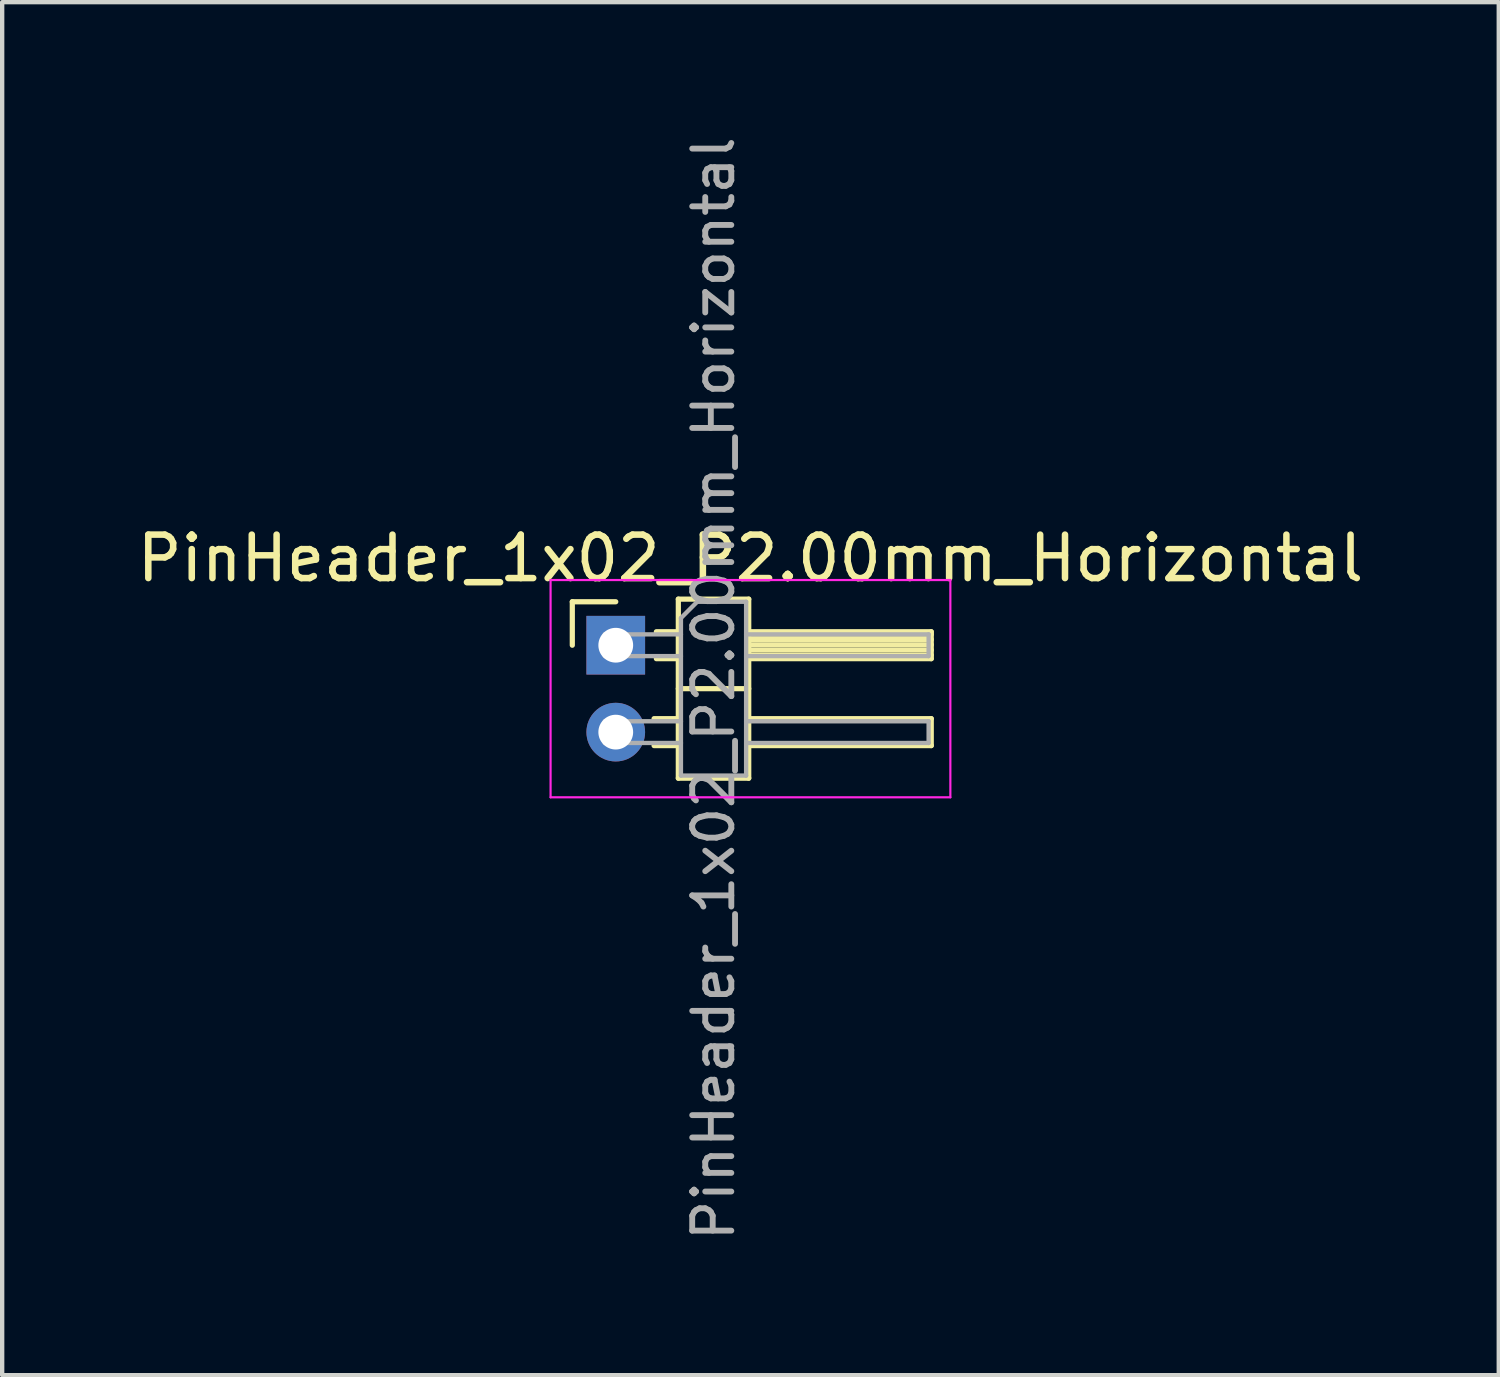
<source format=kicad_pcb>
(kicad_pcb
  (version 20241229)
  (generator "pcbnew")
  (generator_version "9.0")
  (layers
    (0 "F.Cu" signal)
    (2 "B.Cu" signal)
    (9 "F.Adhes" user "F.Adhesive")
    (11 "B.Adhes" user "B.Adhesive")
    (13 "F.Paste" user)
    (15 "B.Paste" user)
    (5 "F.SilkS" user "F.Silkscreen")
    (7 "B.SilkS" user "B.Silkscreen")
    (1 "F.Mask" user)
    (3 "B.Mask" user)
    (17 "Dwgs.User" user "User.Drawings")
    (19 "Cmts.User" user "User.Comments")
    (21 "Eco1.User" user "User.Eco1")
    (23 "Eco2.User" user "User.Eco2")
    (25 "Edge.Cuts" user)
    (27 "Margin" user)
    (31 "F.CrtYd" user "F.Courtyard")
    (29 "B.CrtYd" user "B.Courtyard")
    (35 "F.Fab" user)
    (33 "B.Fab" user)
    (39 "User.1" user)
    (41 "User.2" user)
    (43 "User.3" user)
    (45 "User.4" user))
  (footprint "PinHeader_1x02_P2.00mm_Horizontal"
    (layer "F.Cu")
    (at 11.12 11.798)
    (property "Reference" "PinHeader_1x02_P2.00mm_Horizontal" (at 3.1 -2 0) (layer "F.SilkS") (effects (font (size 1 1) (thickness 0.15))))
    (attr through_hole)
    (fp_line (start -1 -1) (end 0 -1) (stroke (width 0.12) (type solid)) (layer "F.SilkS"))
    (fp_line (start -1 0) (end -1 -1) (stroke (width 0.12) (type solid)) (layer "F.SilkS"))
    (fp_line (start 0.882 1.69) (end 1.44 1.69) (stroke (width 0.12) (type solid)) (layer "F.SilkS"))
    (fp_line (start 0.882 2.31) (end 1.44 2.31) (stroke (width 0.12) (type solid)) (layer "F.SilkS"))
    (fp_line (start 0.935 -0.31) (end 1.44 -0.31) (stroke (width 0.12) (type solid)) (layer "F.SilkS"))
    (fp_line (start 0.935 0.31) (end 1.44 0.31) (stroke (width 0.12) (type solid)) (layer "F.SilkS"))
    (fp_line (start 1.44 -1.06) (end 1.44 3.06) (stroke (width 0.12) (type solid)) (layer "F.SilkS"))
    (fp_line (start 1.44 1) (end 3.06 1) (stroke (width 0.12) (type solid)) (layer "F.SilkS"))
    (fp_line (start 1.44 3.06) (end 3.06 3.06) (stroke (width 0.12) (type solid)) (layer "F.SilkS"))
    (fp_line (start 3.06 -1.06) (end 1.44 -1.06) (stroke (width 0.12) (type solid)) (layer "F.SilkS"))
    (fp_line (start 3.06 -0.31) (end 7.26 -0.31) (stroke (width 0.12) (type solid)) (layer "F.SilkS"))
    (fp_line (start 3.06 -0.25) (end 7.26 -0.25) (stroke (width 0.12) (type solid)) (layer "F.SilkS"))
    (fp_line (start 3.06 -0.13) (end 7.26 -0.13) (stroke (width 0.12) (type solid)) (layer "F.SilkS"))
    (fp_line (start 3.06 -0.01) (end 7.26 -0.01) (stroke (width 0.12) (type solid)) (layer "F.SilkS"))
    (fp_line (start 3.06 0.11) (end 7.26 0.11) (stroke (width 0.12) (type solid)) (layer "F.SilkS"))
    (fp_line (start 3.06 0.23) (end 7.26 0.23) (stroke (width 0.12) (type solid)) (layer "F.SilkS"))
    (fp_line (start 3.06 1.69) (end 7.26 1.69) (stroke (width 0.12) (type solid)) (layer "F.SilkS"))
    (fp_line (start 3.06 3.06) (end 3.06 -1.06) (stroke (width 0.12) (type solid)) (layer "F.SilkS"))
    (fp_line (start 7.26 -0.31) (end 7.26 0.31) (stroke (width 0.12) (type solid)) (layer "F.SilkS"))
    (fp_line (start 7.26 0.31) (end 3.06 0.31) (stroke (width 0.12) (type solid)) (layer "F.SilkS"))
    (fp_line (start 7.26 1.69) (end 7.26 2.31) (stroke (width 0.12) (type solid)) (layer "F.SilkS"))
    (fp_line (start 7.26 2.31) (end 3.06 2.31) (stroke (width 0.12) (type solid)) (layer "F.SilkS"))
    (fp_line (start -1.5 -1.5) (end -1.5 3.5) (stroke (width 0.05) (type solid)) (layer "F.CrtYd"))
    (fp_line (start -1.5 3.5) (end 7.7 3.5) (stroke (width 0.05) (type solid)) (layer "F.CrtYd"))
    (fp_line (start 7.7 -1.5) (end -1.5 -1.5) (stroke (width 0.05) (type solid)) (layer "F.CrtYd"))
    (fp_line (start 7.7 3.5) (end 7.7 -1.5) (stroke (width 0.05) (type solid)) (layer "F.CrtYd"))
    (fp_line (start -0.25 -0.25) (end -0.25 0.25) (stroke (width 0.1) (type solid)) (layer "F.Fab"))
    (fp_line (start -0.25 -0.25) (end 1.5 -0.25) (stroke (width 0.1) (type solid)) (layer "F.Fab"))
    (fp_line (start -0.25 0.25) (end 1.5 0.25) (stroke (width 0.1) (type solid)) (layer "F.Fab"))
    (fp_line (start -0.25 1.75) (end -0.25 2.25) (stroke (width 0.1) (type solid)) (layer "F.Fab"))
    (fp_line (start -0.25 1.75) (end 1.5 1.75) (stroke (width 0.1) (type solid)) (layer "F.Fab"))
    (fp_line (start -0.25 2.25) (end 1.5 2.25) (stroke (width 0.1) (type solid)) (layer "F.Fab"))
    (fp_line (start 1.5 -0.625) (end 1.875 -1) (stroke (width 0.1) (type solid)) (layer "F.Fab"))
    (fp_line (start 1.5 3) (end 1.5 -0.625) (stroke (width 0.1) (type solid)) (layer "F.Fab"))
    (fp_line (start 1.875 -1) (end 3 -1) (stroke (width 0.1) (type solid)) (layer "F.Fab"))
    (fp_line (start 3 -1) (end 3 3) (stroke (width 0.1) (type solid)) (layer "F.Fab"))
    (fp_line (start 3 -0.25) (end 7.2 -0.25) (stroke (width 0.1) (type solid)) (layer "F.Fab"))
    (fp_line (start 3 0.25) (end 7.2 0.25) (stroke (width 0.1) (type solid)) (layer "F.Fab"))
    (fp_line (start 3 1.75) (end 7.2 1.75) (stroke (width 0.1) (type solid)) (layer "F.Fab"))
    (fp_line (start 3 2.25) (end 7.2 2.25) (stroke (width 0.1) (type solid)) (layer "F.Fab"))
    (fp_line (start 3 3) (end 1.5 3) (stroke (width 0.1) (type solid)) (layer "F.Fab"))
    (fp_line (start 7.2 -0.25) (end 7.2 0.25) (stroke (width 0.1) (type solid)) (layer "F.Fab"))
    (fp_line (start 7.2 1.75) (end 7.2 2.25) (stroke (width 0.1) (type solid)) (layer "F.Fab"))
    (fp_text user "${REFERENCE}" (at 2.25 1 90) (layer "F.Fab") (effects (font (size 0.9 0.9) (thickness 0.135))))
    (pad "1" thru_hole rect (at 0 0) (size 1.35 1.35) (drill 0.8) (layers "*.Cu" "*.Mask"))
    (pad "2" thru_hole oval (at 0 2) (size 1.35 1.35) (drill 0.8) (layers "*.Cu" "*.Mask")))
  (gr_rect
    (start -3 -3)
    (end 31.44 28.596)
    (stroke (width 0.1) (type default))
    (fill no)
    (layer "Edge.Cuts")))
</source>
